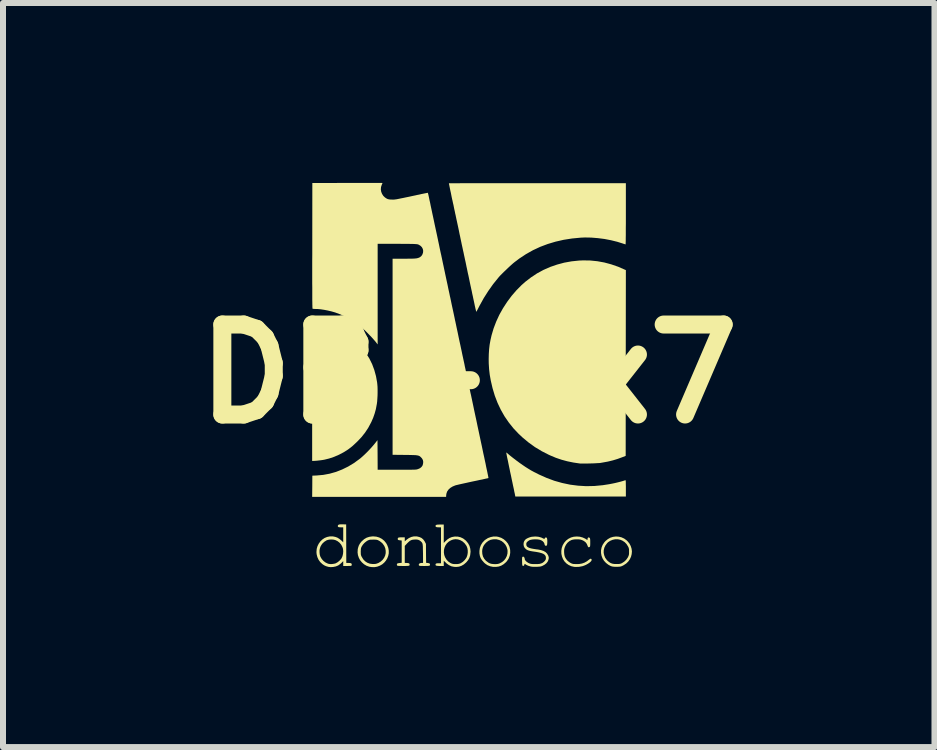
<source format=kicad_pcb>
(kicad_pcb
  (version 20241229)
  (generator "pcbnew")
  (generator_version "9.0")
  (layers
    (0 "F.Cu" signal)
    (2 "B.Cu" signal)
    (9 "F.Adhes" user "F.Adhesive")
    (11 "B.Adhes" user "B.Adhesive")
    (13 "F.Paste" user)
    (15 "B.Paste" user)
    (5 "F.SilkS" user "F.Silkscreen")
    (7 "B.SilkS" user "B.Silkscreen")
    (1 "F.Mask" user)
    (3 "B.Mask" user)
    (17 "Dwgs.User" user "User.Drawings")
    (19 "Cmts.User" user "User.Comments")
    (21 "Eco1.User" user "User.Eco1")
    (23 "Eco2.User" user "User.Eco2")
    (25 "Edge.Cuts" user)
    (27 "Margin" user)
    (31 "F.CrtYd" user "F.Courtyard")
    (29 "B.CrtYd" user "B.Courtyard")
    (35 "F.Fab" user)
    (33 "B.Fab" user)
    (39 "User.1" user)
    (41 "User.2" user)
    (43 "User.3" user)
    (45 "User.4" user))
  (footprint "DB-6x7"
    (layer "F.Cu")
    (at 4.764 3.182)
    (property "Reference" "DB-6x7" (at 0 0 0) (layer "F.SilkS") (effects (font (size 1.5 1.5) (thickness 0.3))))
    (attr board_only exclude_from_pos_files exclude_from_bom)
    (fp_poly (pts (xy -2.593 -0.838) (xy -2.568 -0.837) (xy -2.537 -0.834) (xy -2.501 -0.83) (xy -2.463 -0.825) (xy -2.427 -0.82) (xy -2.398 -0.815) (xy -2.301 -0.79) (xy -2.208 -0.756) (xy -2.117 -0.712) (xy -2.03 -0.659) (xy -1.946 -0.596) (xy -1.865 -0.523) (xy -1.849 -0.507) (xy -1.775 -0.426) (xy -1.711 -0.342) (xy -1.656 -0.254) (xy -1.61 -0.161) (xy -1.574 -0.064) (xy -1.546 0.038) (xy -1.527 0.144) (xy -1.523 0.182) (xy -1.52 0.22) (xy -1.519 0.265) (xy -1.519 0.314) (xy -1.52 0.365) (xy -1.523 0.414) (xy -1.526 0.46) (xy -1.531 0.499) (xy -1.533 0.51) (xy -1.548 0.59) (xy -1.568 0.662) (xy -1.592 0.731) (xy -1.622 0.8) (xy -1.63 0.816) (xy -1.675 0.9) (xy -1.727 0.979) (xy -1.787 1.055) (xy -1.856 1.128) (xy -1.933 1.2) (xy -1.947 1.212) (xy -2.012 1.262) (xy -2.085 1.308) (xy -2.163 1.349) (xy -2.244 1.384) (xy -2.327 1.412) (xy -2.404 1.431) (xy -2.432 1.436) (xy -2.466 1.441) (xy -2.501 1.445) (xy -2.536 1.449) (xy -2.567 1.451) (xy -2.59 1.452) (xy -2.591 1.452) (xy -2.61 1.452) (xy -2.61 0.307) (xy -2.61 -0.838)) (stroke (width 0) (type solid)) (fill yes) (layer "F.SilkS"))
    (fp_poly (pts (xy 0.63 1.314) (xy 0.64 1.321) (xy 0.648 1.328) (xy 0.689 1.363) (xy 0.737 1.401) (xy 0.789 1.441) (xy 0.843 1.481) (xy 0.898 1.52) (xy 0.95 1.555) (xy 0.998 1.585) (xy 1.018 1.597) (xy 1.039 1.61) (xy 1.058 1.62) (xy 1.076 1.63) (xy 1.095 1.64) (xy 1.118 1.651) (xy 1.146 1.665) (xy 1.17 1.678) (xy 1.298 1.735) (xy 1.427 1.783) (xy 1.558 1.82) (xy 1.691 1.848) (xy 1.824 1.865) (xy 1.959 1.873) (xy 2.096 1.87) (xy 2.234 1.857) (xy 2.343 1.84) (xy 2.39 1.831) (xy 2.438 1.821) (xy 2.484 1.81) (xy 2.528 1.799) (xy 2.567 1.788) (xy 2.599 1.778) (xy 2.613 1.773) (xy 2.615 1.774) (xy 2.617 1.781) (xy 2.618 1.793) (xy 2.619 1.811) (xy 2.619 1.838) (xy 2.62 1.872) (xy 2.62 1.908) (xy 2.62 2.046) (xy 1.699 2.046) (xy 0.777 2.046) (xy 0.772 2.019) (xy 0.77 2.01) (xy 0.768 1.998) (xy 0.765 1.985) (xy 0.761 1.968) (xy 0.757 1.947) (xy 0.752 1.921) (xy 0.745 1.89) (xy 0.737 1.853) (xy 0.728 1.809) (xy 0.717 1.758) (xy 0.705 1.699) (xy 0.69 1.631) (xy 0.683 1.595) (xy 0.672 1.543) (xy 0.662 1.494) (xy 0.653 1.449) (xy 0.644 1.409) (xy 0.637 1.375) (xy 0.632 1.347) (xy 0.628 1.327) (xy 0.626 1.315) (xy 0.626 1.312)) (stroke (width 0) (type solid)) (fill yes) (layer "F.SilkS"))
    (fp_poly (pts (xy 2.028 -1.889) (xy 2.145 -1.877) (xy 2.261 -1.856) (xy 2.376 -1.825) (xy 2.492 -1.785) (xy 2.606 -1.735) (xy 2.62 -1.729) (xy 2.618 -0.18) (xy 2.617 1.368) (xy 2.561 1.39) (xy 2.482 1.419) (xy 2.403 1.443) (xy 2.321 1.463) (xy 2.233 1.479) (xy 2.193 1.486) (xy 2.175 1.488) (xy 2.148 1.489) (xy 2.116 1.491) (xy 2.079 1.493) (xy 2.04 1.494) (xy 2 1.495) (xy 1.962 1.496) (xy 1.926 1.496) (xy 1.895 1.496) (xy 1.87 1.496) (xy 1.853 1.495) (xy 1.853 1.495) (xy 1.745 1.479) (xy 1.643 1.458) (xy 1.547 1.432) (xy 1.453 1.4) (xy 1.36 1.361) (xy 1.338 1.351) (xy 1.218 1.29) (xy 1.105 1.222) (xy 0.998 1.145) (xy 0.897 1.061) (xy 0.832 1) (xy 0.745 0.908) (xy 0.667 0.81) (xy 0.597 0.708) (xy 0.535 0.599) (xy 0.481 0.485) (xy 0.435 0.365) (xy 0.397 0.238) (xy 0.391 0.212) (xy 0.368 0.113) (xy 0.351 0.018) (xy 0.34 -0.076) (xy 0.334 -0.172) (xy 0.333 -0.244) (xy 0.335 -0.33) (xy 0.34 -0.409) (xy 0.349 -0.486) (xy 0.363 -0.563) (xy 0.381 -0.642) (xy 0.415 -0.757) (xy 0.458 -0.87) (xy 0.51 -0.983) (xy 0.571 -1.092) (xy 0.639 -1.197) (xy 0.714 -1.298) (xy 0.795 -1.392) (xy 0.882 -1.48) (xy 0.942 -1.533) (xy 1.038 -1.607) (xy 1.139 -1.674) (xy 1.246 -1.732) (xy 1.357 -1.781) (xy 1.473 -1.821) (xy 1.592 -1.853) (xy 1.714 -1.875) (xy 1.838 -1.888) (xy 1.909 -1.891)) (stroke (width 0) (type solid)) (fill yes) (layer "F.SilkS"))
    (fp_poly (pts (xy 0.466 2.713) (xy 0.494 2.718) (xy 0.542 2.734) (xy 0.585 2.759) (xy 0.622 2.791) (xy 0.653 2.829) (xy 0.675 2.873) (xy 0.68 2.886) (xy 0.691 2.936) (xy 0.692 2.985) (xy 0.684 3.032) (xy 0.667 3.078) (xy 0.64 3.119) (xy 0.621 3.141) (xy 0.583 3.174) (xy 0.543 3.198) (xy 0.5 3.213) (xy 0.453 3.219) (xy 0.404 3.218) (xy 0.356 3.208) (xy 0.312 3.19) (xy 0.272 3.162) (xy 0.252 3.143) (xy 0.221 3.107) (xy 0.199 3.072) (xy 0.186 3.035) (xy 0.179 2.995) (xy 0.179 2.955) (xy 0.224 2.955) (xy 0.227 3.003) (xy 0.238 3.046) (xy 0.259 3.084) (xy 0.288 3.118) (xy 0.327 3.147) (xy 0.327 3.147) (xy 0.35 3.159) (xy 0.375 3.167) (xy 0.405 3.171) (xy 0.437 3.173) (xy 0.463 3.172) (xy 0.482 3.17) (xy 0.499 3.166) (xy 0.514 3.161) (xy 0.555 3.139) (xy 0.589 3.111) (xy 0.616 3.076) (xy 0.635 3.038) (xy 0.646 2.996) (xy 0.648 2.952) (xy 0.645 2.929) (xy 0.632 2.886) (xy 0.611 2.848) (xy 0.582 2.815) (xy 0.548 2.788) (xy 0.508 2.77) (xy 0.465 2.759) (xy 0.453 2.758) (xy 0.407 2.759) (xy 0.366 2.767) (xy 0.329 2.784) (xy 0.294 2.811) (xy 0.282 2.823) (xy 0.255 2.855) (xy 0.238 2.888) (xy 0.228 2.923) (xy 0.224 2.955) (xy 0.179 2.955) (xy 0.179 2.952) (xy 0.186 2.902) (xy 0.203 2.856) (xy 0.228 2.815) (xy 0.262 2.778) (xy 0.279 2.765) (xy 0.321 2.738) (xy 0.368 2.721) (xy 0.416 2.712)) (stroke (width 0) (type solid)) (fill yes) (layer "F.SilkS"))
    (fp_poly (pts (xy 2.501 2.715) (xy 2.547 2.726) (xy 2.591 2.746) (xy 2.631 2.775) (xy 2.647 2.79) (xy 2.679 2.829) (xy 2.701 2.871) (xy 2.715 2.915) (xy 2.721 2.96) (xy 2.717 3.005) (xy 2.706 3.049) (xy 2.687 3.09) (xy 2.66 3.129) (xy 2.626 3.162) (xy 2.584 3.19) (xy 2.569 3.198) (xy 2.552 3.206) (xy 2.538 3.211) (xy 2.524 3.214) (xy 2.507 3.216) (xy 2.485 3.217) (xy 2.472 3.217) (xy 2.432 3.217) (xy 2.402 3.214) (xy 2.388 3.211) (xy 2.369 3.205) (xy 2.348 3.194) (xy 2.328 3.183) (xy 2.288 3.152) (xy 2.255 3.116) (xy 2.23 3.075) (xy 2.214 3.032) (xy 2.206 2.987) (xy 2.206 2.984) (xy 2.25 2.984) (xy 2.259 3.026) (xy 2.275 3.066) (xy 2.301 3.102) (xy 2.314 3.116) (xy 2.341 3.139) (xy 2.369 3.156) (xy 2.399 3.166) (xy 2.434 3.171) (xy 2.47 3.171) (xy 2.496 3.171) (xy 2.515 3.169) (xy 2.529 3.166) (xy 2.542 3.162) (xy 2.556 3.155) (xy 2.592 3.132) (xy 2.624 3.102) (xy 2.649 3.067) (xy 2.657 3.053) (xy 2.664 3.036) (xy 2.669 3.023) (xy 2.672 3.008) (xy 2.673 2.991) (xy 2.673 2.966) (xy 2.673 2.965) (xy 2.673 2.94) (xy 2.672 2.923) (xy 2.669 2.909) (xy 2.665 2.896) (xy 2.658 2.881) (xy 2.656 2.878) (xy 2.631 2.838) (xy 2.6 2.806) (xy 2.562 2.781) (xy 2.529 2.767) (xy 2.486 2.758) (xy 2.443 2.758) (xy 2.4 2.767) (xy 2.359 2.784) (xy 2.323 2.808) (xy 2.308 2.823) (xy 2.28 2.86) (xy 2.261 2.899) (xy 2.251 2.941) (xy 2.25 2.984) (xy 2.206 2.984) (xy 2.206 2.941) (xy 2.215 2.896) (xy 2.232 2.853) (xy 2.259 2.812) (xy 2.28 2.788) (xy 2.319 2.756) (xy 2.361 2.732) (xy 2.407 2.718) (xy 2.454 2.712)) (stroke (width 0) (type solid)) (fill yes) (layer "F.SilkS"))
    (fp_poly (pts (xy -1.538 2.715) (xy -1.491 2.729) (xy -1.447 2.752) (xy -1.409 2.783) (xy -1.377 2.822) (xy -1.359 2.854) (xy -1.341 2.901) (xy -1.333 2.947) (xy -1.333 2.993) (xy -1.342 3.036) (xy -1.358 3.077) (xy -1.381 3.115) (xy -1.409 3.148) (xy -1.443 3.177) (xy -1.482 3.199) (xy -1.525 3.215) (xy -1.57 3.223) (xy -1.619 3.222) (xy -1.657 3.216) (xy -1.703 3.2) (xy -1.745 3.175) (xy -1.78 3.144) (xy -1.81 3.108) (xy -1.832 3.066) (xy -1.847 3.021) (xy -1.853 2.974) (xy -1.852 2.965) (xy -1.8 2.965) (xy -1.799 2.99) (xy -1.799 3.007) (xy -1.796 3.021) (xy -1.792 3.034) (xy -1.785 3.049) (xy -1.783 3.052) (xy -1.758 3.093) (xy -1.727 3.125) (xy -1.691 3.149) (xy -1.649 3.165) (xy -1.603 3.171) (xy -1.58 3.171) (xy -1.554 3.169) (xy -1.533 3.164) (xy -1.512 3.156) (xy -1.506 3.154) (xy -1.467 3.13) (xy -1.435 3.101) (xy -1.41 3.067) (xy -1.393 3.03) (xy -1.384 2.99) (xy -1.384 2.949) (xy -1.391 2.909) (xy -1.407 2.87) (xy -1.432 2.834) (xy -1.444 2.821) (xy -1.463 2.805) (xy -1.484 2.789) (xy -1.5 2.78) (xy -1.514 2.773) (xy -1.526 2.769) (xy -1.538 2.766) (xy -1.554 2.765) (xy -1.575 2.764) (xy -1.592 2.764) (xy -1.618 2.765) (xy -1.638 2.765) (xy -1.652 2.767) (xy -1.664 2.771) (xy -1.677 2.776) (xy -1.682 2.778) (xy -1.71 2.796) (xy -1.739 2.82) (xy -1.764 2.848) (xy -1.783 2.877) (xy -1.785 2.881) (xy -1.792 2.896) (xy -1.796 2.909) (xy -1.798 2.923) (xy -1.799 2.942) (xy -1.8 2.965) (xy -1.852 2.965) (xy -1.85 2.926) (xy -1.845 2.903) (xy -1.833 2.865) (xy -1.815 2.832) (xy -1.791 2.8) (xy -1.782 2.791) (xy -1.744 2.757) (xy -1.702 2.732) (xy -1.655 2.717) (xy -1.603 2.71) (xy -1.59 2.71)) (stroke (width 0) (type solid)) (fill yes) (layer "F.SilkS"))
    (fp_poly (pts (xy 1.853 2.716) (xy 1.901 2.729) (xy 1.945 2.749) (xy 1.953 2.755) (xy 1.98 2.772) (xy 1.98 2.758) (xy 1.983 2.741) (xy 1.991 2.73) (xy 2.002 2.727) (xy 2.014 2.733) (xy 2.017 2.736) (xy 2.021 2.741) (xy 2.023 2.75) (xy 2.025 2.764) (xy 2.026 2.784) (xy 2.026 2.811) (xy 2.026 2.838) (xy 2.025 2.857) (xy 2.024 2.87) (xy 2.022 2.878) (xy 2.018 2.884) (xy 2.015 2.887) (xy 2.004 2.892) (xy 1.993 2.889) (xy 1.985 2.876) (xy 1.983 2.87) (xy 1.969 2.836) (xy 1.948 2.808) (xy 1.919 2.786) (xy 1.888 2.771) (xy 1.861 2.763) (xy 1.828 2.759) (xy 1.793 2.759) (xy 1.757 2.761) (xy 1.726 2.767) (xy 1.711 2.772) (xy 1.678 2.79) (xy 1.647 2.816) (xy 1.622 2.849) (xy 1.603 2.887) (xy 1.593 2.921) (xy 1.59 2.951) (xy 1.591 2.985) (xy 1.595 3.02) (xy 1.603 3.05) (xy 1.604 3.053) (xy 1.622 3.085) (xy 1.647 3.116) (xy 1.678 3.141) (xy 1.7 3.154) (xy 1.716 3.162) (xy 1.731 3.167) (xy 1.746 3.17) (xy 1.765 3.171) (xy 1.787 3.172) (xy 1.84 3.171) (xy 1.887 3.163) (xy 1.93 3.148) (xy 1.971 3.125) (xy 1.994 3.107) (xy 2.013 3.093) (xy 2.025 3.085) (xy 2.034 3.082) (xy 2.041 3.085) (xy 2.045 3.088) (xy 2.05 3.099) (xy 2.047 3.114) (xy 2.035 3.13) (xy 2.016 3.147) (xy 1.99 3.165) (xy 1.958 3.183) (xy 1.952 3.186) (xy 1.897 3.207) (xy 1.839 3.218) (xy 1.781 3.22) (xy 1.757 3.218) (xy 1.709 3.207) (xy 1.666 3.187) (xy 1.629 3.161) (xy 1.597 3.128) (xy 1.572 3.089) (xy 1.555 3.046) (xy 1.545 3) (xy 1.544 2.951) (xy 1.551 2.904) (xy 1.567 2.858) (xy 1.592 2.816) (xy 1.623 2.78) (xy 1.661 2.751) (xy 1.704 2.729) (xy 1.751 2.716) (xy 1.752 2.716) (xy 1.803 2.712)) (stroke (width 0) (type solid)) (fill yes) (layer "F.SilkS"))
    (fp_poly (pts (xy -0.868 2.711) (xy -0.863 2.711) (xy -0.822 2.721) (xy -0.788 2.736) (xy -0.76 2.759) (xy -0.737 2.789) (xy -0.727 2.808) (xy -0.713 2.835) (xy -0.712 2.993) (xy -0.71 3.151) (xy -0.682 3.154) (xy -0.662 3.158) (xy -0.651 3.163) (xy -0.646 3.173) (xy -0.645 3.181) (xy -0.646 3.189) (xy -0.649 3.195) (xy -0.656 3.199) (xy -0.668 3.201) (xy -0.686 3.203) (xy -0.713 3.203) (xy -0.739 3.204) (xy -0.773 3.203) (xy -0.797 3.203) (xy -0.814 3.201) (xy -0.825 3.198) (xy -0.831 3.193) (xy -0.832 3.186) (xy -0.832 3.177) (xy -0.825 3.165) (xy -0.81 3.157) (xy -0.789 3.153) (xy -0.783 3.153) (xy -0.761 3.153) (xy -0.762 2.997) (xy -0.763 2.95) (xy -0.764 2.913) (xy -0.764 2.884) (xy -0.766 2.861) (xy -0.768 2.843) (xy -0.771 2.83) (xy -0.776 2.819) (xy -0.782 2.81) (xy -0.789 2.802) (xy -0.799 2.793) (xy -0.801 2.791) (xy -0.82 2.777) (xy -0.839 2.768) (xy -0.862 2.763) (xy -0.891 2.762) (xy -0.903 2.763) (xy -0.93 2.765) (xy -0.952 2.77) (xy -0.971 2.779) (xy -0.991 2.793) (xy -1.013 2.813) (xy -1.03 2.83) (xy -1.066 2.869) (xy -1.066 3.011) (xy -1.066 3.153) (xy -1.04 3.153) (xy -1.015 3.155) (xy -0.999 3.158) (xy -0.99 3.164) (xy -0.986 3.173) (xy -0.986 3.175) (xy -0.985 3.184) (xy -0.987 3.191) (xy -0.991 3.197) (xy -1.001 3.2) (xy -1.016 3.202) (xy -1.037 3.203) (xy -1.067 3.204) (xy -1.091 3.204) (xy -1.129 3.203) (xy -1.157 3.203) (xy -1.177 3.201) (xy -1.188 3.199) (xy -1.192 3.197) (xy -1.198 3.186) (xy -1.196 3.172) (xy -1.191 3.163) (xy -1.182 3.159) (xy -1.166 3.156) (xy -1.15 3.154) (xy -1.117 3.151) (xy -1.117 2.965) (xy -1.117 2.779) (xy -1.145 2.776) (xy -1.164 2.773) (xy -1.176 2.77) (xy -1.181 2.764) (xy -1.183 2.755) (xy -1.183 2.752) (xy -1.182 2.742) (xy -1.178 2.734) (xy -1.169 2.73) (xy -1.153 2.727) (xy -1.13 2.726) (xy -1.118 2.726) (xy -1.066 2.726) (xy -1.066 2.76) (xy -1.066 2.793) (xy -1.037 2.767) (xy -0.998 2.739) (xy -0.957 2.72) (xy -0.913 2.71)) (stroke (width 0) (type solid)) (fill yes) (layer "F.SilkS"))
    (fp_poly (pts (xy -2.099 2.509) (xy -2.043 2.511) (xy -2.042 2.832) (xy -2.041 3.153) (xy -2.008 3.153) (xy -1.982 3.154) (xy -1.965 3.157) (xy -1.955 3.163) (xy -1.95 3.173) (xy -1.95 3.18) (xy -1.952 3.195) (xy -1.958 3.2) (xy -1.966 3.202) (xy -1.981 3.203) (xy -2.003 3.203) (xy -2.028 3.204) (xy -2.029 3.204) (xy -2.092 3.204) (xy -2.092 3.163) (xy -2.092 3.122) (xy -2.121 3.152) (xy -2.139 3.168) (xy -2.159 3.183) (xy -2.175 3.194) (xy -2.176 3.195) (xy -2.215 3.211) (xy -2.258 3.22) (xy -2.301 3.223) (xy -2.342 3.218) (xy -2.348 3.216) (xy -2.378 3.207) (xy -2.403 3.196) (xy -2.427 3.181) (xy -2.441 3.171) (xy -2.475 3.139) (xy -2.503 3.1) (xy -2.523 3.056) (xy -2.535 3.009) (xy -2.538 2.978) (xy -2.487 2.978) (xy -2.483 3.015) (xy -2.473 3.048) (xy -2.471 3.052) (xy -2.449 3.089) (xy -2.42 3.121) (xy -2.385 3.147) (xy -2.346 3.165) (xy -2.344 3.166) (xy -2.318 3.171) (xy -2.287 3.172) (xy -2.255 3.168) (xy -2.225 3.162) (xy -2.212 3.156) (xy -2.184 3.14) (xy -2.157 3.118) (xy -2.134 3.094) (xy -2.12 3.075) (xy -2.104 3.039) (xy -2.095 2.999) (xy -2.092 2.957) (xy -2.096 2.917) (xy -2.105 2.889) (xy -2.125 2.85) (xy -2.153 2.816) (xy -2.188 2.789) (xy -2.223 2.772) (xy -2.25 2.765) (xy -2.282 2.762) (xy -2.315 2.763) (xy -2.345 2.768) (xy -2.37 2.776) (xy -2.371 2.777) (xy -2.41 2.802) (xy -2.443 2.834) (xy -2.467 2.871) (xy -2.48 2.906) (xy -2.487 2.941) (xy -2.487 2.978) (xy -2.538 2.978) (xy -2.538 2.967) (xy -2.534 2.918) (xy -2.521 2.873) (xy -2.5 2.831) (xy -2.473 2.794) (xy -2.44 2.762) (xy -2.403 2.737) (xy -2.361 2.72) (xy -2.317 2.711) (xy -2.271 2.71) (xy -2.262 2.711) (xy -2.223 2.719) (xy -2.19 2.731) (xy -2.159 2.75) (xy -2.127 2.775) (xy -2.121 2.781) (xy -2.092 2.809) (xy -2.092 2.684) (xy -2.092 2.559) (xy -2.132 2.559) (xy -2.156 2.558) (xy -2.172 2.555) (xy -2.18 2.548) (xy -2.183 2.539) (xy -2.182 2.533) (xy -2.178 2.523) (xy -2.17 2.516) (xy -2.155 2.511) (xy -2.132 2.509) (xy -2.101 2.509)) (stroke (width 0) (type solid)) (fill yes) (layer "F.SilkS"))
    (fp_poly (pts (xy -0.416 2.666) (xy -0.416 2.82) (xy -0.389 2.792) (xy -0.354 2.76) (xy -0.319 2.737) (xy -0.282 2.722) (xy -0.241 2.714) (xy -0.228 2.713) (xy -0.181 2.714) (xy -0.136 2.725) (xy -0.093 2.745) (xy -0.054 2.775) (xy -0.044 2.784) (xy -0.011 2.824) (xy 0.013 2.868) (xy 0.026 2.915) (xy 0.031 2.965) (xy 0.025 3.018) (xy 0.023 3.031) (xy 0.01 3.071) (xy -0.01 3.106) (xy -0.039 3.141) (xy -0.043 3.145) (xy -0.081 3.178) (xy -0.121 3.201) (xy -0.162 3.215) (xy -0.208 3.22) (xy -0.244 3.218) (xy -0.288 3.209) (xy -0.33 3.189) (xy -0.37 3.16) (xy -0.379 3.151) (xy -0.394 3.136) (xy -0.406 3.125) (xy -0.413 3.118) (xy -0.415 3.117) (xy -0.416 3.122) (xy -0.416 3.134) (xy -0.416 3.152) (xy -0.416 3.16) (xy -0.416 3.204) (xy -0.475 3.204) (xy -0.506 3.203) (xy -0.527 3.201) (xy -0.542 3.198) (xy -0.55 3.193) (xy -0.553 3.185) (xy -0.553 3.182) (xy -0.552 3.171) (xy -0.545 3.164) (xy -0.533 3.16) (xy -0.513 3.158) (xy -0.502 3.158) (xy -0.462 3.158) (xy -0.462 2.979) (xy -0.414 2.979) (xy -0.408 3.02) (xy -0.394 3.058) (xy -0.372 3.095) (xy -0.343 3.127) (xy -0.321 3.143) (xy -0.299 3.157) (xy -0.277 3.166) (xy -0.252 3.171) (xy -0.222 3.172) (xy -0.208 3.172) (xy -0.183 3.171) (xy -0.165 3.168) (xy -0.15 3.164) (xy -0.135 3.158) (xy -0.131 3.156) (xy -0.097 3.134) (xy -0.066 3.104) (xy -0.042 3.071) (xy -0.034 3.056) (xy -0.022 3.021) (xy -0.016 2.983) (xy -0.016 2.944) (xy -0.022 2.907) (xy -0.034 2.875) (xy -0.04 2.864) (xy -0.069 2.825) (xy -0.102 2.795) (xy -0.139 2.774) (xy -0.179 2.761) (xy -0.22 2.757) (xy -0.261 2.763) (xy -0.296 2.776) (xy -0.334 2.799) (xy -0.365 2.828) (xy -0.388 2.862) (xy -0.404 2.899) (xy -0.413 2.939) (xy -0.414 2.979) (xy -0.462 2.979) (xy -0.462 2.858) (xy -0.462 2.559) (xy -0.498 2.559) (xy -0.524 2.558) (xy -0.542 2.554) (xy -0.551 2.547) (xy -0.553 2.539) (xy -0.552 2.529) (xy -0.547 2.522) (xy -0.536 2.517) (xy -0.519 2.514) (xy -0.494 2.513) (xy -0.477 2.513) (xy -0.416 2.513)) (stroke (width 0) (type solid)) (fill yes) (layer "F.SilkS"))
    (fp_poly (pts (xy 2.62 -2.668) (xy 2.62 -2.583) (xy 2.62 -2.505) (xy 2.619 -2.433) (xy 2.619 -2.37) (xy 2.619 -2.313) (xy 2.618 -2.265) (xy 2.618 -2.225) (xy 2.617 -2.194) (xy 2.616 -2.173) (xy 2.616 -2.16) (xy 2.615 -2.158) (xy 2.608 -2.159) (xy 2.595 -2.164) (xy 2.577 -2.169) (xy 2.576 -2.17) (xy 2.477 -2.201) (xy 2.372 -2.227) (xy 2.263 -2.248) (xy 2.153 -2.262) (xy 2.044 -2.271) (xy 1.939 -2.273) (xy 1.868 -2.27) (xy 1.722 -2.256) (xy 1.582 -2.234) (xy 1.447 -2.203) (xy 1.317 -2.164) (xy 1.192 -2.117) (xy 1.072 -2.061) (xy 0.956 -1.996) (xy 0.844 -1.922) (xy 0.762 -1.86) (xy 0.74 -1.842) (xy 0.714 -1.819) (xy 0.683 -1.791) (xy 0.651 -1.761) (xy 0.618 -1.729) (xy 0.585 -1.698) (xy 0.555 -1.668) (xy 0.528 -1.641) (xy 0.507 -1.618) (xy 0.495 -1.604) (xy 0.407 -1.495) (xy 0.327 -1.382) (xy 0.252 -1.264) (xy 0.182 -1.138) (xy 0.171 -1.117) (xy 0.158 -1.091) (xy 0.146 -1.068) (xy 0.136 -1.05) (xy 0.13 -1.038) (xy 0.127 -1.035) (xy 0.125 -1.038) (xy 0.122 -1.05) (xy 0.117 -1.069) (xy 0.111 -1.094) (xy 0.105 -1.122) (xy 0.104 -1.123) (xy 0.097 -1.159) (xy 0.089 -1.197) (xy 0.081 -1.234) (xy 0.074 -1.266) (xy 0.071 -1.282) (xy 0.066 -1.305) (xy 0.059 -1.335) (xy 0.052 -1.372) (xy 0.043 -1.412) (xy 0.034 -1.454) (xy 0.025 -1.495) (xy 0.025 -1.495) (xy 0.013 -1.553) (xy 0.003 -1.602) (xy -0.006 -1.644) (xy -0.014 -1.678) (xy -0.02 -1.707) (xy -0.025 -1.732) (xy -0.029 -1.752) (xy -0.033 -1.77) (xy -0.037 -1.787) (xy -0.04 -1.803) (xy -0.043 -1.818) (xy -0.047 -1.838) (xy -0.053 -1.867) (xy -0.061 -1.902) (xy -0.069 -1.94) (xy -0.078 -1.981) (xy -0.086 -2.021) (xy -0.095 -2.06) (xy -0.103 -2.099) (xy -0.111 -2.135) (xy -0.118 -2.167) (xy -0.123 -2.193) (xy -0.127 -2.21) (xy -0.127 -2.211) (xy -0.131 -2.23) (xy -0.137 -2.258) (xy -0.144 -2.293) (xy -0.153 -2.333) (xy -0.162 -2.379) (xy -0.172 -2.427) (xy -0.183 -2.478) (xy -0.194 -2.529) (xy -0.205 -2.579) (xy -0.215 -2.627) (xy -0.218 -2.643) (xy -0.226 -2.676) (xy -0.232 -2.708) (xy -0.239 -2.738) (xy -0.244 -2.762) (xy -0.247 -2.777) (xy -0.251 -2.798) (xy -0.255 -2.818) (xy -0.259 -2.833) (xy -0.259 -2.833) (xy -0.261 -2.843) (xy -0.265 -2.861) (xy -0.27 -2.885) (xy -0.277 -2.914) (xy -0.284 -2.947) (xy -0.291 -2.983) (xy -0.298 -3.019) (xy -0.306 -3.054) (xy -0.313 -3.088) (xy -0.319 -3.118) (xy -0.324 -3.144) (xy -0.328 -3.163) (xy -0.33 -3.174) (xy -0.33 -3.177) (xy -0.325 -3.177) (xy -0.31 -3.177) (xy -0.286 -3.177) (xy -0.253 -3.177) (xy -0.211 -3.177) (xy -0.162 -3.177) (xy -0.104 -3.178) (xy -0.039 -3.178) (xy 0.033 -3.178) (xy 0.111 -3.178) (xy 0.196 -3.178) (xy 0.286 -3.178) (xy 0.382 -3.178) (xy 0.483 -3.178) (xy 0.588 -3.178) (xy 0.697 -3.178) (xy 0.811 -3.178) (xy 0.927 -3.178) (xy 1.047 -3.178) (xy 1.145 -3.178) (xy 2.62 -3.178)) (stroke (width 0) (type solid)) (fill yes) (layer "F.SilkS"))
    (fp_poly (pts (xy 1.16 2.716) (xy 1.209 2.729) (xy 1.23 2.739) (xy 1.263 2.755) (xy 1.266 2.743) (xy 1.273 2.733) (xy 1.285 2.728) (xy 1.296 2.73) (xy 1.302 2.735) (xy 1.306 2.745) (xy 1.309 2.762) (xy 1.31 2.784) (xy 1.31 2.807) (xy 1.309 2.829) (xy 1.307 2.847) (xy 1.303 2.859) (xy 1.302 2.861) (xy 1.293 2.867) (xy 1.287 2.868) (xy 1.276 2.864) (xy 1.268 2.854) (xy 1.264 2.842) (xy 1.26 2.825) (xy 1.249 2.807) (xy 1.234 2.791) (xy 1.212 2.777) (xy 1.186 2.767) (xy 1.153 2.761) (xy 1.111 2.759) (xy 1.109 2.759) (xy 1.07 2.761) (xy 1.038 2.766) (xy 1.012 2.774) (xy 0.991 2.788) (xy 0.98 2.797) (xy 0.968 2.81) (xy 0.962 2.82) (xy 0.96 2.833) (xy 0.96 2.839) (xy 0.961 2.857) (xy 0.967 2.871) (xy 0.977 2.884) (xy 0.993 2.894) (xy 1.015 2.904) (xy 1.045 2.912) (xy 1.082 2.919) (xy 1.128 2.926) (xy 1.155 2.929) (xy 1.205 2.939) (xy 1.247 2.953) (xy 1.281 2.972) (xy 1.306 2.997) (xy 1.324 3.027) (xy 1.328 3.036) (xy 1.333 3.055) (xy 1.335 3.07) (xy 1.332 3.087) (xy 1.327 3.107) (xy 1.314 3.135) (xy 1.292 3.161) (xy 1.264 3.183) (xy 1.23 3.201) (xy 1.23 3.201) (xy 1.215 3.207) (xy 1.202 3.211) (xy 1.187 3.214) (xy 1.169 3.215) (xy 1.145 3.217) (xy 1.125 3.217) (xy 1.093 3.217) (xy 1.069 3.217) (xy 1.051 3.215) (xy 1.035 3.213) (xy 1.023 3.209) (xy 0.996 3.201) (xy 0.977 3.193) (xy 0.963 3.186) (xy 0.951 3.179) (xy 0.951 3.178) (xy 0.939 3.17) (xy 0.932 3.169) (xy 0.929 3.177) (xy 0.928 3.181) (xy 0.923 3.195) (xy 0.914 3.202) (xy 0.902 3.202) (xy 0.9 3.2) (xy 0.896 3.197) (xy 0.894 3.19) (xy 0.892 3.179) (xy 0.891 3.162) (xy 0.89 3.137) (xy 0.89 3.126) (xy 0.889 3.097) (xy 0.89 3.077) (xy 0.891 3.064) (xy 0.893 3.056) (xy 0.896 3.052) (xy 0.907 3.047) (xy 0.918 3.051) (xy 0.927 3.062) (xy 0.933 3.078) (xy 0.934 3.09) (xy 0.939 3.104) (xy 0.951 3.12) (xy 0.969 3.136) (xy 0.99 3.15) (xy 1.001 3.156) (xy 1.015 3.162) (xy 1.028 3.166) (xy 1.042 3.169) (xy 1.06 3.171) (xy 1.084 3.172) (xy 1.1 3.172) (xy 1.145 3.172) (xy 1.181 3.169) (xy 1.21 3.161) (xy 1.235 3.149) (xy 1.256 3.132) (xy 1.271 3.116) (xy 1.281 3.101) (xy 1.286 3.086) (xy 1.287 3.07) (xy 1.285 3.048) (xy 1.277 3.03) (xy 1.263 3.014) (xy 1.242 3) (xy 1.213 2.989) (xy 1.177 2.979) (xy 1.131 2.97) (xy 1.096 2.965) (xy 1.056 2.959) (xy 1.024 2.953) (xy 0.999 2.946) (xy 0.978 2.938) (xy 0.961 2.928) (xy 0.952 2.921) (xy 0.932 2.9) (xy 0.919 2.874) (xy 0.914 2.845) (xy 0.916 2.816) (xy 0.926 2.788) (xy 0.944 2.765) (xy 0.945 2.763) (xy 0.963 2.75) (xy 0.988 2.737) (xy 1.016 2.726) (xy 1.044 2.718) (xy 1.051 2.717) (xy 1.107 2.712)) (stroke (width 0) (type solid)) (fill yes) (layer "F.SilkS"))
    (fp_poly (pts (xy -1.621 -3.182) (xy -1.572 -3.182) (xy -1.529 -3.182) (xy -1.494 -3.182) (xy -1.466 -3.182) (xy -1.447 -3.182) (xy -1.438 -3.181) (xy -1.437 -3.181) (xy -1.439 -3.176) (xy -1.444 -3.164) (xy -1.45 -3.15) (xy -1.462 -3.113) (xy -1.465 -3.074) (xy -1.459 -3.036) (xy -1.445 -3) (xy -1.424 -2.967) (xy -1.396 -2.94) (xy -1.367 -2.921) (xy -1.352 -2.914) (xy -1.337 -2.91) (xy -1.321 -2.907) (xy -1.299 -2.905) (xy -1.284 -2.905) (xy -1.274 -2.904) (xy -1.264 -2.904) (xy -1.254 -2.904) (xy -1.244 -2.905) (xy -1.232 -2.906) (xy -1.219 -2.908) (xy -1.202 -2.91) (xy -1.182 -2.914) (xy -1.157 -2.919) (xy -1.128 -2.925) (xy -1.092 -2.932) (xy -1.05 -2.941) (xy -1 -2.951) (xy -0.941 -2.964) (xy -0.874 -2.978) (xy -0.868 -2.98) (xy -0.826 -2.988) (xy -0.788 -2.997) (xy -0.753 -3.004) (xy -0.724 -3.01) (xy -0.702 -3.014) (xy -0.687 -3.017) (xy -0.681 -3.018) (xy -0.681 -3.018) (xy -0.68 -3.016) (xy -0.679 -3.009) (xy -0.676 -2.999) (xy -0.672 -2.982) (xy -0.667 -2.96) (xy -0.661 -2.932) (xy -0.654 -2.897) (xy -0.644 -2.854) (xy -0.634 -2.803) (xy -0.621 -2.743) (xy -0.607 -2.676) (xy -0.585 -2.574) (xy -0.566 -2.483) (xy -0.548 -2.4) (xy -0.532 -2.326) (xy -0.518 -2.26) (xy -0.506 -2.202) (xy -0.495 -2.151) (xy -0.486 -2.106) (xy -0.478 -2.068) (xy -0.471 -2.035) (xy -0.465 -2.008) (xy -0.46 -1.986) (xy -0.459 -1.983) (xy -0.454 -1.958) (xy -0.447 -1.926) (xy -0.439 -1.887) (xy -0.43 -1.844) (xy -0.42 -1.798) (xy -0.41 -1.75) (xy -0.401 -1.708) (xy -0.391 -1.66) (xy -0.379 -1.604) (xy -0.366 -1.543) (xy -0.352 -1.479) (xy -0.339 -1.415) (xy -0.325 -1.352) (xy -0.313 -1.293) (xy -0.309 -1.277) (xy -0.297 -1.221) (xy -0.285 -1.162) (xy -0.272 -1.102) (xy -0.259 -1.042) (xy -0.247 -0.986) (xy -0.236 -0.934) (xy -0.227 -0.889) (xy -0.223 -0.873) (xy -0.203 -0.777) (xy -0.184 -0.689) (xy -0.168 -0.611) (xy -0.153 -0.54) (xy -0.139 -0.477) (xy -0.127 -0.42) (xy -0.116 -0.369) (xy -0.107 -0.324) (xy -0.098 -0.283) (xy -0.09 -0.246) (xy -0.083 -0.213) (xy -0.076 -0.182) (xy -0.07 -0.153) (xy -0.065 -0.126) (xy -0.059 -0.099) (xy -0.053 -0.072) (xy -0.051 -0.061) (xy -0.042 -0.02) (xy -0.031 0.029) (xy -0.02 0.084) (xy -0.007 0.143) (xy 0.005 0.203) (xy 0.018 0.263) (xy 0.03 0.32) (xy 0.036 0.345) (xy 0.054 0.43) (xy 0.072 0.515) (xy 0.09 0.602) (xy 0.109 0.691) (xy 0.129 0.783) (xy 0.149 0.88) (xy 0.171 0.982) (xy 0.194 1.091) (xy 0.219 1.207) (xy 0.245 1.332) (xy 0.257 1.385) (xy 0.269 1.443) (xy 0.281 1.498) (xy 0.291 1.55) (xy 0.301 1.596) (xy 0.31 1.638) (xy 0.317 1.673) (xy 0.323 1.702) (xy 0.327 1.723) (xy 0.329 1.735) (xy 0.329 1.738) (xy 0.324 1.739) (xy 0.31 1.743) (xy 0.288 1.747) (xy 0.258 1.754) (xy 0.223 1.762) (xy 0.182 1.77) (xy 0.137 1.78) (xy 0.088 1.79) (xy 0.069 1.794) (xy 0.018 1.805) (xy -0.031 1.816) (xy -0.077 1.826) (xy -0.118 1.835) (xy -0.154 1.843) (xy -0.183 1.85) (xy -0.205 1.855) (xy -0.219 1.859) (xy -0.221 1.859) (xy -0.269 1.879) (xy -0.308 1.903) (xy -0.338 1.931) (xy -0.36 1.963) (xy -0.372 1.999) (xy -0.375 2.019) (xy -0.377 2.051) (xy -1.493 2.051) (xy -2.61 2.051) (xy -2.608 1.875) (xy -2.607 1.698) (xy -2.536 1.695) (xy -2.425 1.685) (xy -2.318 1.665) (xy -2.212 1.635) (xy -2.11 1.595) (xy -2.01 1.546) (xy -1.912 1.487) (xy -1.818 1.418) (xy -1.807 1.41) (xy -1.775 1.382) (xy -1.739 1.349) (xy -1.7 1.311) (xy -1.661 1.271) (xy -1.624 1.231) (xy -1.59 1.192) (xy -1.566 1.163) (xy -1.521 1.106) (xy -1.519 1.353) (xy -1.518 1.599) (xy -1.198 1.599) (xy -1.133 1.599) (xy -1.077 1.599) (xy -1.03 1.599) (xy -0.991 1.599) (xy -0.958 1.599) (xy -0.932 1.598) (xy -0.911 1.598) (xy -0.894 1.597) (xy -0.881 1.596) (xy -0.871 1.595) (xy -0.862 1.593) (xy -0.855 1.591) (xy -0.849 1.589) (xy -0.847 1.589) (xy -0.813 1.574) (xy -0.789 1.555) (xy -0.771 1.531) (xy -0.762 1.503) (xy -0.758 1.469) (xy -0.764 1.437) (xy -0.78 1.409) (xy -0.792 1.396) (xy -0.802 1.386) (xy -0.811 1.378) (xy -0.821 1.371) (xy -0.833 1.366) (xy -0.846 1.362) (xy -0.864 1.359) (xy -0.886 1.356) (xy -0.913 1.355) (xy -0.947 1.354) (xy -0.989 1.353) (xy -1.039 1.352) (xy -1.07 1.352) (xy -1.269 1.35) (xy -1.269 -0.285) (xy -1.269 -1.919) (xy -1.08 -1.919) (xy -1.026 -1.919) (xy -0.981 -1.92) (xy -0.943 -1.92) (xy -0.913 -1.921) (xy -0.888 -1.923) (xy -0.869 -1.925) (xy -0.852 -1.929) (xy -0.839 -1.933) (xy -0.827 -1.937) (xy -0.815 -1.944) (xy -0.811 -1.946) (xy -0.791 -1.962) (xy -0.774 -1.986) (xy -0.762 -2.018) (xy -0.759 -2.051) (xy -0.765 -2.081) (xy -0.78 -2.11) (xy -0.802 -2.133) (xy -0.832 -2.152) (xy -0.837 -2.154) (xy -0.843 -2.156) (xy -0.849 -2.158) (xy -0.856 -2.16) (xy -0.864 -2.161) (xy -0.874 -2.162) (xy -0.888 -2.163) (xy -0.905 -2.164) (xy -0.927 -2.165) (xy -0.955 -2.165) (xy -0.989 -2.166) (xy -1.031 -2.166) (xy -1.08 -2.166) (xy -1.137 -2.167) (xy -1.192 -2.167) (xy -1.518 -2.168) (xy -1.518 -1.329) (xy -1.518 -0.49) (xy -1.53 -0.505) (xy -1.556 -0.539) (xy -1.589 -0.577) (xy -1.625 -0.617) (xy -1.665 -0.658) (xy -1.704 -0.698) (xy -1.743 -0.735) (xy -1.778 -0.767) (xy -1.789 -0.776) (xy -1.875 -0.843) (xy -1.961 -0.9) (xy -2.047 -0.948) (xy -2.136 -0.989) (xy -2.227 -1.023) (xy -2.286 -1.04) (xy -2.349 -1.055) (xy -2.411 -1.067) (xy -2.471 -1.076) (xy -2.526 -1.081) (xy -2.555 -1.081) (xy -2.575 -1.082) (xy -2.592 -1.083) (xy -2.602 -1.085) (xy -2.603 -1.086) (xy -2.604 -1.088) (xy -2.605 -1.094) (xy -2.605 -1.104) (xy -2.606 -1.119) (xy -2.606 -1.138) (xy -2.607 -1.163) (xy -2.607 -1.193) (xy -2.608 -1.23) (xy -2.608 -1.272) (xy -2.608 -1.321) (xy -2.608 -1.377) (xy -2.608 -1.44) (xy -2.609 -1.511) (xy -2.609 -1.59) (xy -2.609 -1.678) (xy -2.609 -1.774) (xy -2.609 -1.879) (xy -2.608 -1.993) (xy -2.608 -2.117) (xy -2.608 -2.135) (xy -2.607 -3.181) (xy -2.022 -3.182) (xy -1.946 -3.182) (xy -1.872 -3.182) (xy -1.803 -3.182) (xy -1.737 -3.182) (xy -1.676 -3.182)) (stroke (width 0) (type solid)) (fill yes) (layer "F.SilkS")))
  (gr_rect
    (start -3 -3)
    (end 12.529 9.405)
    (stroke (width 0.1) (type default))
    (fill no)
    (layer "Edge.Cuts")))
</source>
